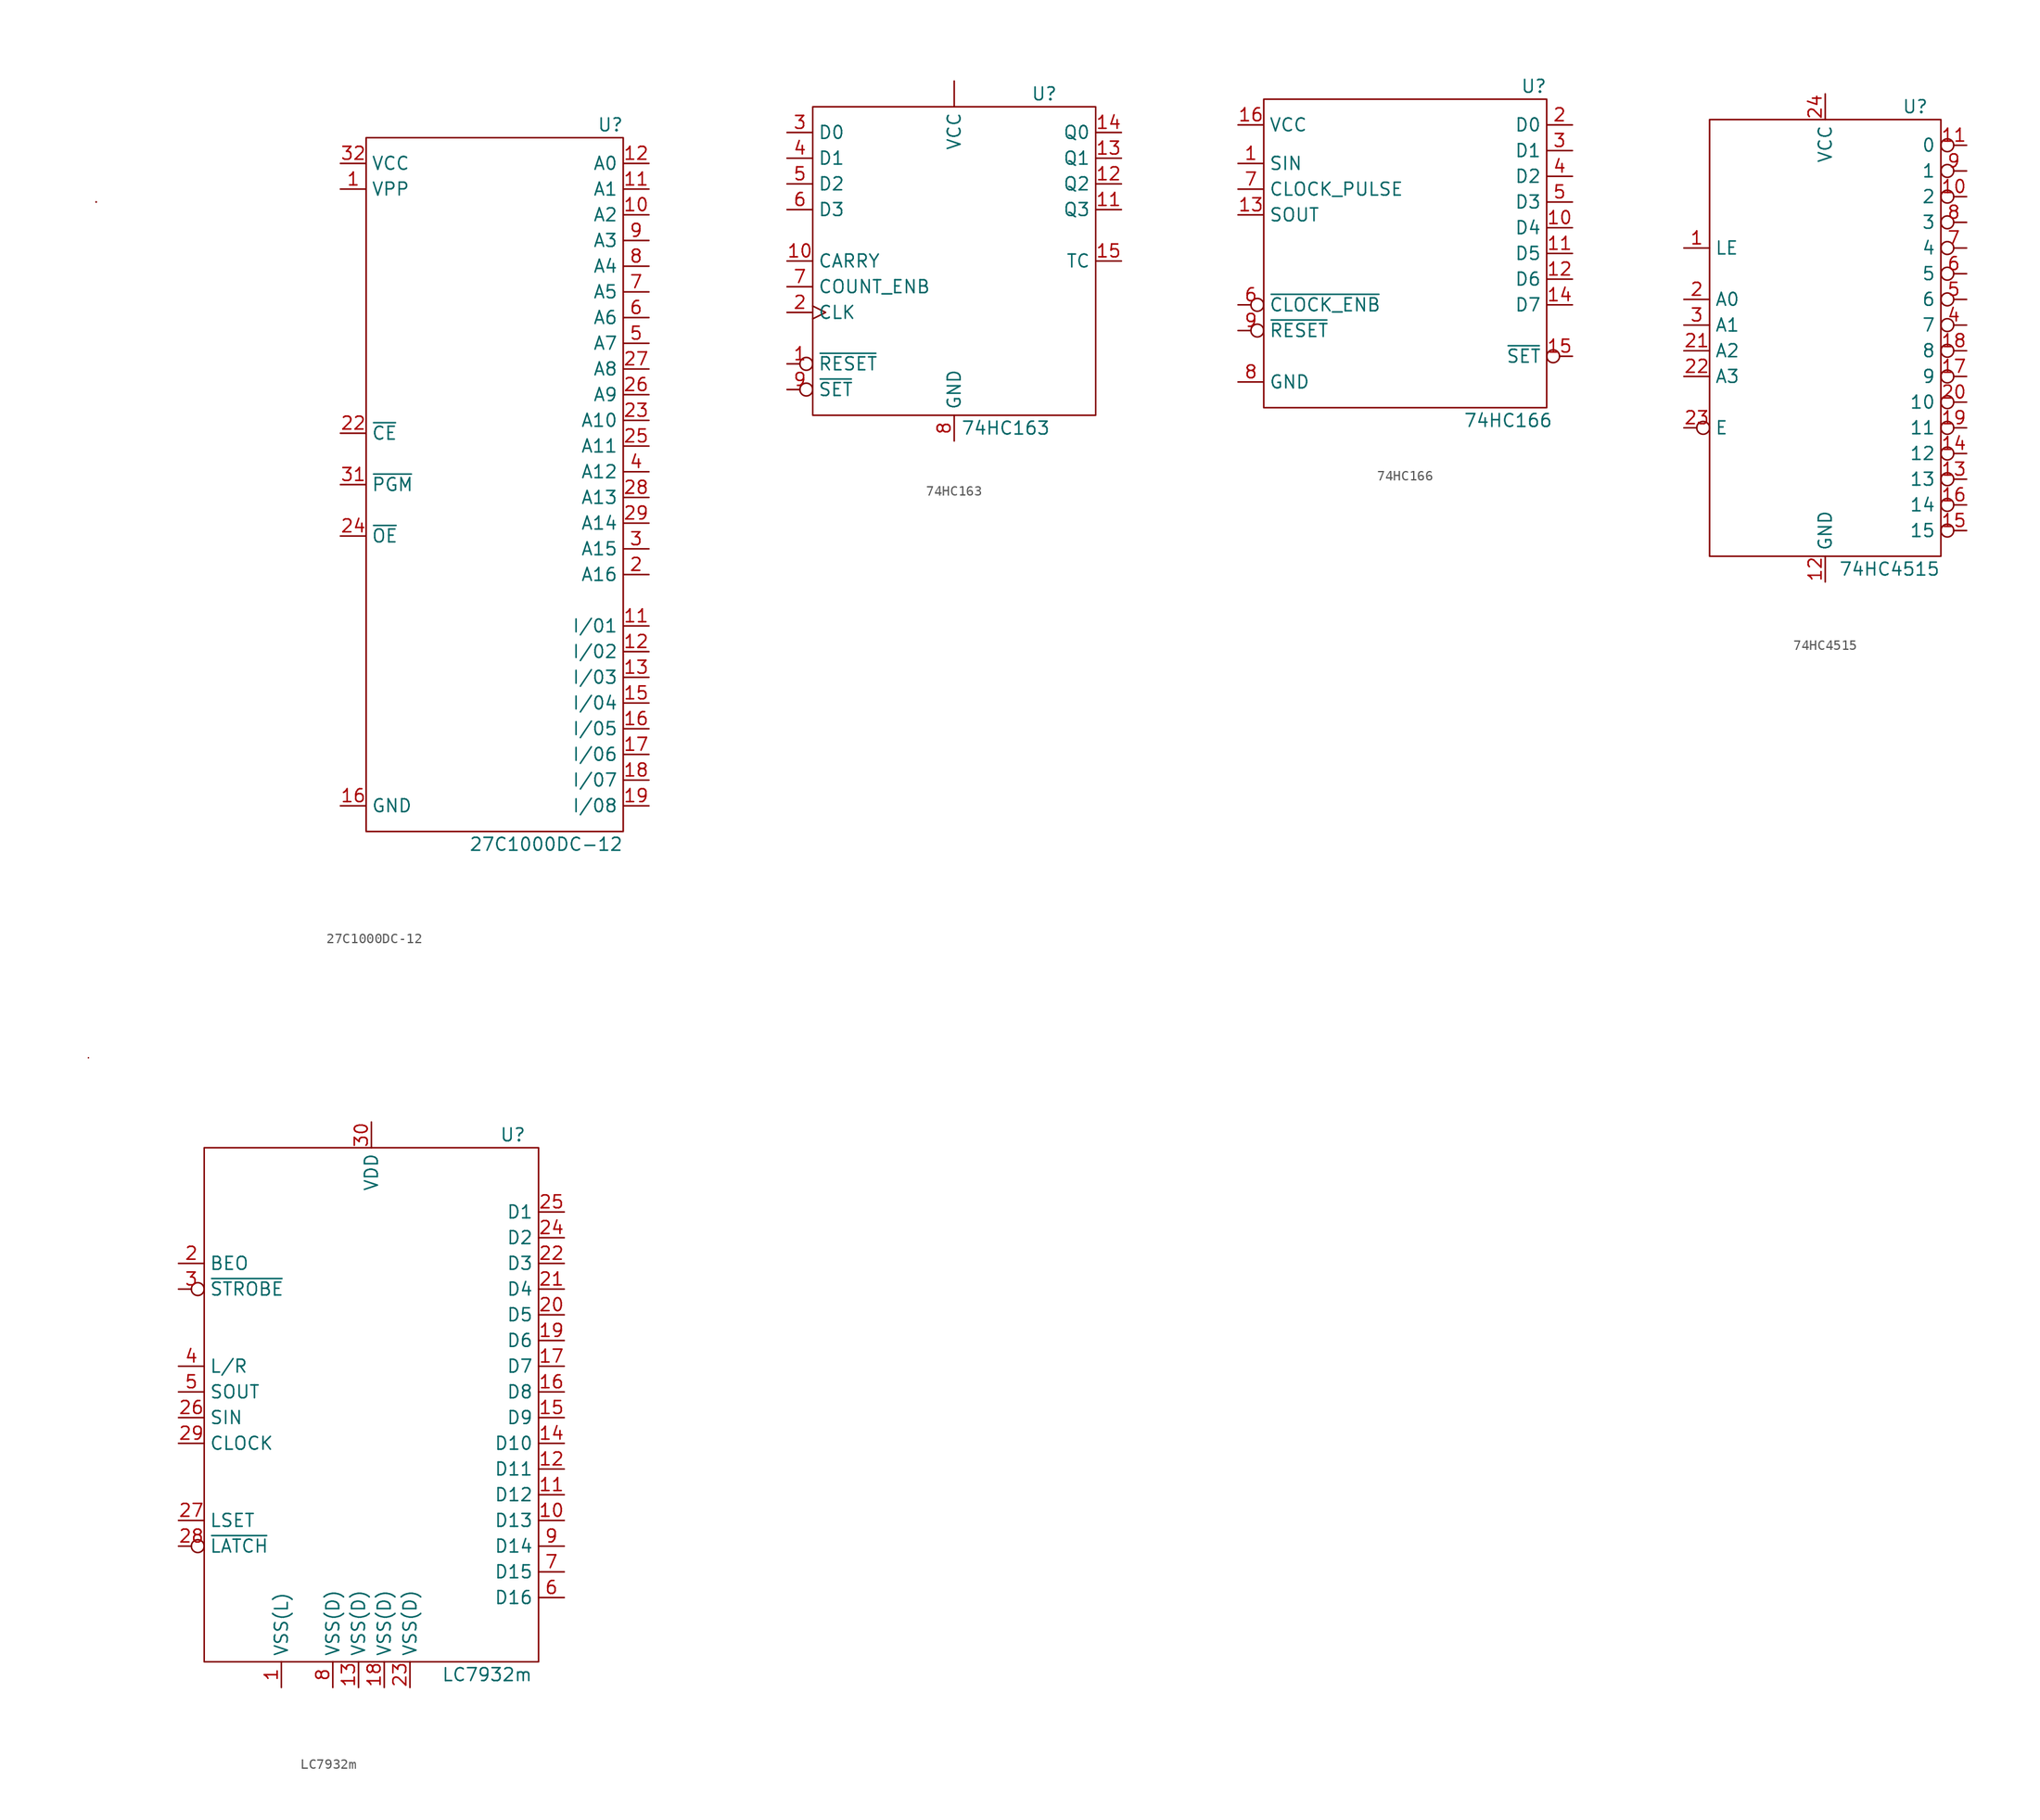
<source format=kicad_sym>
(kicad_symbol_lib
  (version 20211014)
  (generator kicad_symbol_editor)
  (symbol "27C1000DC-12"
    (property "Reference" "U"
      (at 11.43 35.56 0)
      (effects (font (size 1.27 1.27))))
    (property "Value" "27C1000DC-12"
      (at 5.08 -35.56 0)
      (effects (font (size 1.27 1.27))))
    (symbol "27C1000DC-12_0_1"
      (rectangle (start -39.37 27.94) (end -39.37 27.94) (stroke (width 0) (type default) (color 0 0 0 0)) (fill (type none)))
      (rectangle (start -39.37 27.94) (end -39.37 27.94) (stroke (width 0) (type default) (color 0 0 0 0)) (fill (type none)))
      (rectangle (start -39.37 27.94) (end -39.37 27.94) (stroke (width 0) (type default) (color 0 0 0 0)) (fill (type none)))
      (rectangle (start -12.7 34.29) (end 12.7 -34.29) (stroke (width 0) (type default) (color 0 0 0 0)) (fill (type none))))
    (symbol "27C1000DC-12_1_1"
      (pin power_in line (at -15.24 29.21 0) (length 2.54) (name "VPP" (effects (font (size 1.27 1.27)))) (number "1" (effects (font (size 1.27 1.27)))))
      (pin input line (at 15.24 26.67 180) (length 2.54) (name "A2" (effects (font (size 1.27 1.27)))) (number "10" (effects (font (size 1.27 1.27)))))
      (pin input line (at 15.24 29.21 180) (length 2.54) (name "A1" (effects (font (size 1.27 1.27)))) (number "11" (effects (font (size 1.27 1.27)))))
      (pin bidirectional line (at 15.24 -13.97 180) (length 2.54) (name "I/01" (effects (font (size 1.27 1.27)))) (number "11" (effects (font (size 1.27 1.27)))))
      (pin input line (at 15.24 31.75 180) (length 2.54) (name "A0" (effects (font (size 1.27 1.27)))) (number "12" (effects (font (size 1.27 1.27)))))
      (pin bidirectional line (at 15.24 -16.51 180) (length 2.54) (name "I/02" (effects (font (size 1.27 1.27)))) (number "12" (effects (font (size 1.27 1.27)))))
      (pin bidirectional line (at 15.24 -19.05 180) (length 2.54) (name "I/03" (effects (font (size 1.27 1.27)))) (number "13" (effects (font (size 1.27 1.27)))))
      (pin bidirectional line (at 15.24 -21.59 180) (length 2.54) (name "I/04" (effects (font (size 1.27 1.27)))) (number "15" (effects (font (size 1.27 1.27)))))
      (pin power_in line (at -15.24 -31.75 0) (length 2.54) (name "GND" (effects (font (size 1.27 1.27)))) (number "16" (effects (font (size 1.27 1.27)))))
      (pin bidirectional line (at 15.24 -24.13 180) (length 2.54) (name "I/05" (effects (font (size 1.27 1.27)))) (number "16" (effects (font (size 1.27 1.27)))))
      (pin bidirectional line (at 15.24 -26.67 180) (length 2.54) (name "I/06" (effects (font (size 1.27 1.27)))) (number "17" (effects (font (size 1.27 1.27)))))
      (pin bidirectional line (at 15.24 -29.21 180) (length 2.54) (name "I/07" (effects (font (size 1.27 1.27)))) (number "18" (effects (font (size 1.27 1.27)))))
      (pin bidirectional line (at 15.24 -31.75 180) (length 2.54) (name "I/08" (effects (font (size 1.27 1.27)))) (number "19" (effects (font (size 1.27 1.27)))))
      (pin input line (at 15.24 -8.89 180) (length 2.54) (name "A16" (effects (font (size 1.27 1.27)))) (number "2" (effects (font (size 1.27 1.27)))))
      (pin input line (at -15.24 5.08 0) (length 2.54) (name "~{CE}" (effects (font (size 1.27 1.27)))) (number "22" (effects (font (size 1.27 1.27)))))
      (pin input line (at 15.24 6.35 180) (length 2.54) (name "A10" (effects (font (size 1.27 1.27)))) (number "23" (effects (font (size 1.27 1.27)))))
      (pin input line (at -15.24 -5.08 0) (length 2.54) (name "~{OE}" (effects (font (size 1.27 1.27)))) (number "24" (effects (font (size 1.27 1.27)))))
      (pin input line (at 15.24 3.81 180) (length 2.54) (name "A11" (effects (font (size 1.27 1.27)))) (number "25" (effects (font (size 1.27 1.27)))))
      (pin input line (at 15.24 8.89 180) (length 2.54) (name "A9" (effects (font (size 1.27 1.27)))) (number "26" (effects (font (size 1.27 1.27)))))
      (pin input line (at 15.24 11.43 180) (length 2.54) (name "A8" (effects (font (size 1.27 1.27)))) (number "27" (effects (font (size 1.27 1.27)))))
      (pin input line (at 15.24 -1.27 180) (length 2.54) (name "A13" (effects (font (size 1.27 1.27)))) (number "28" (effects (font (size 1.27 1.27)))))
      (pin input line (at 15.24 -3.81 180) (length 2.54) (name "A14" (effects (font (size 1.27 1.27)))) (number "29" (effects (font (size 1.27 1.27)))))
      (pin input line (at 15.24 -6.35 180) (length 2.54) (name "A15" (effects (font (size 1.27 1.27)))) (number "3" (effects (font (size 1.27 1.27)))))
      (pin input line (at -15.24 0 0) (length 2.54) (name "~{PGM}" (effects (font (size 1.27 1.27)))) (number "31" (effects (font (size 1.27 1.27)))))
      (pin power_in line (at -15.24 31.75 0) (length 2.54) (name "VCC" (effects (font (size 1.27 1.27)))) (number "32" (effects (font (size 1.27 1.27)))))
      (pin input line (at 15.24 1.27 180) (length 2.54) (name "A12" (effects (font (size 1.27 1.27)))) (number "4" (effects (font (size 1.27 1.27)))))
      (pin input line (at 15.24 13.97 180) (length 2.54) (name "A7" (effects (font (size 1.27 1.27)))) (number "5" (effects (font (size 1.27 1.27)))))
      (pin input line (at 15.24 16.51 180) (length 2.54) (name "A6" (effects (font (size 1.27 1.27)))) (number "6" (effects (font (size 1.27 1.27)))))
      (pin input line (at 15.24 19.05 180) (length 2.54) (name "A5" (effects (font (size 1.27 1.27)))) (number "7" (effects (font (size 1.27 1.27)))))
      (pin input line (at 15.24 21.59 180) (length 2.54) (name "A4" (effects (font (size 1.27 1.27)))) (number "8" (effects (font (size 1.27 1.27)))))
      (pin input line (at 15.24 24.13 180) (length 2.54) (name "A3" (effects (font (size 1.27 1.27)))) (number "9" (effects (font (size 1.27 1.27)))))))
  (symbol "74HC163"
    (property "Reference" "U"
      (at 8.89 16.51 0)
      (effects (font (size 1.27 1.27))))
    (property "Value" "74HC163"
      (at 5.08 -16.51 0)
      (effects (font (size 1.27 1.27))))
    (symbol "74HC163_0_1"
      (rectangle (start -13.97 15.24) (end 13.97 -15.24) (stroke (width 0) (type default) (color 0 0 0 0)) (fill (type none))))
    (symbol "74HC163_1_1"
      (pin power_in line (at 0 17.78 270) (length 2.54) (name "VCC" (effects (font (size 1.27 1.27)))) (number "" (effects (font (size 1.27 1.27)))))
      (pin input inverted (at -16.51 -10.16 0) (length 2.54) (name "~{RESET}" (effects (font (size 1.27 1.27)))) (number "1" (effects (font (size 1.27 1.27)))))
      (pin input line (at -16.51 0 0) (length 2.54) (name "CARRY" (effects (font (size 1.27 1.27)))) (number "10" (effects (font (size 1.27 1.27)))))
      (pin output line (at 16.51 5.08 180) (length 2.54) (name "Q3" (effects (font (size 1.27 1.27)))) (number "11" (effects (font (size 1.27 1.27)))))
      (pin output line (at 16.51 7.62 180) (length 2.54) (name "Q2" (effects (font (size 1.27 1.27)))) (number "12" (effects (font (size 1.27 1.27)))))
      (pin output line (at 16.51 10.16 180) (length 2.54) (name "Q1" (effects (font (size 1.27 1.27)))) (number "13" (effects (font (size 1.27 1.27)))))
      (pin output line (at 16.51 12.7 180) (length 2.54) (name "Q0" (effects (font (size 1.27 1.27)))) (number "14" (effects (font (size 1.27 1.27)))))
      (pin output line (at 16.51 0 180) (length 2.54) (name "TC" (effects (font (size 1.27 1.27)))) (number "15" (effects (font (size 1.27 1.27)))))
      (pin input clock (at -16.51 -5.08 0) (length 2.54) (name "CLK" (effects (font (size 1.27 1.27)))) (number "2" (effects (font (size 1.27 1.27)))))
      (pin input line (at -16.51 12.7 0) (length 2.54) (name "D0" (effects (font (size 1.27 1.27)))) (number "3" (effects (font (size 1.27 1.27)))))
      (pin input line (at -16.51 10.16 0) (length 2.54) (name "D1" (effects (font (size 1.27 1.27)))) (number "4" (effects (font (size 1.27 1.27)))))
      (pin input line (at -16.51 7.62 0) (length 2.54) (name "D2" (effects (font (size 1.27 1.27)))) (number "5" (effects (font (size 1.27 1.27)))))
      (pin input line (at -16.51 5.08 0) (length 2.54) (name "D3" (effects (font (size 1.27 1.27)))) (number "6" (effects (font (size 1.27 1.27)))))
      (pin input line (at -16.51 -2.54 0) (length 2.54) (name "COUNT_ENB" (effects (font (size 1.27 1.27)))) (number "7" (effects (font (size 1.27 1.27)))))
      (pin power_in line (at 0 -17.78 90) (length 2.54) (name "GND" (effects (font (size 1.27 1.27)))) (number "8" (effects (font (size 1.27 1.27)))))
      (pin input inverted (at -16.51 -12.7 0) (length 2.54) (name "~{SET}" (effects (font (size 1.27 1.27)))) (number "9" (effects (font (size 1.27 1.27)))))))
  (symbol "74HC166"
    (property "Reference" "U"
      (at 12.7 16.51 0)
      (effects (font (size 1.27 1.27))))
    (property "Value" "74HC166"
      (at 10.16 -16.51 0)
      (effects (font (size 1.27 1.27))))
    (symbol "74HC166_0_1"
      (rectangle (start -13.97 15.24) (end 13.97 -15.24) (stroke (width 0) (type default) (color 0 0 0 0)) (fill (type none))))
    (symbol "74HC166_1_1"
      (pin input line (at -16.51 8.89 0) (length 2.54) (name "SIN" (effects (font (size 1.27 1.27)))) (number "1" (effects (font (size 1.27 1.27)))))
      (pin input line (at 16.51 2.54 180) (length 2.54) (name "D4" (effects (font (size 1.27 1.27)))) (number "10" (effects (font (size 1.27 1.27)))))
      (pin input line (at 16.51 0 180) (length 2.54) (name "D5" (effects (font (size 1.27 1.27)))) (number "11" (effects (font (size 1.27 1.27)))))
      (pin input line (at 16.51 -2.54 180) (length 2.54) (name "D6" (effects (font (size 1.27 1.27)))) (number "12" (effects (font (size 1.27 1.27)))))
      (pin output line (at -16.51 3.81 0) (length 2.54) (name "SOUT" (effects (font (size 1.27 1.27)))) (number "13" (effects (font (size 1.27 1.27)))))
      (pin input line (at 16.51 -5.08 180) (length 2.54) (name "D7" (effects (font (size 1.27 1.27)))) (number "14" (effects (font (size 1.27 1.27)))))
      (pin input inverted (at 16.51 -10.16 180) (length 2.54) (name "~{SET}" (effects (font (size 1.27 1.27)))) (number "15" (effects (font (size 1.27 1.27)))))
      (pin power_in line (at -16.51 12.7 0) (length 2.54) (name "VCC" (effects (font (size 1.27 1.27)))) (number "16" (effects (font (size 1.27 1.27)))))
      (pin input line (at 16.51 12.7 180) (length 2.54) (name "D0" (effects (font (size 1.27 1.27)))) (number "2" (effects (font (size 1.27 1.27)))))
      (pin input line (at 16.51 10.16 180) (length 2.54) (name "D1" (effects (font (size 1.27 1.27)))) (number "3" (effects (font (size 1.27 1.27)))))
      (pin input line (at 16.51 7.62 180) (length 2.54) (name "D2" (effects (font (size 1.27 1.27)))) (number "4" (effects (font (size 1.27 1.27)))))
      (pin input line (at 16.51 5.08 180) (length 2.54) (name "D3" (effects (font (size 1.27 1.27)))) (number "5" (effects (font (size 1.27 1.27)))))
      (pin input inverted (at -16.51 -5.08 0) (length 2.54) (name "~{CLOCK_ENB}" (effects (font (size 1.27 1.27)))) (number "6" (effects (font (size 1.27 1.27)))))
      (pin input line (at -16.51 6.35 0) (length 2.54) (name "CLOCK_PULSE" (effects (font (size 1.27 1.27)))) (number "7" (effects (font (size 1.27 1.27)))))
      (pin power_in line (at -16.51 -12.7 0) (length 2.54) (name "GND" (effects (font (size 1.27 1.27)))) (number "8" (effects (font (size 1.27 1.27)))))
      (pin input inverted (at -16.51 -7.62 0) (length 2.54) (name "~{RESET}" (effects (font (size 1.27 1.27)))) (number "9" (effects (font (size 1.27 1.27)))))))
  (symbol "74HC4515"
    (property "Reference" "U"
      (at 8.89 22.86 0)
      (effects (font (size 1.27 1.27))))
    (property "Value" "74HC4515"
      (at 6.35 -22.86 0)
      (effects (font (size 1.27 1.27))))
    (symbol "74HC4515_0_1"
      (rectangle (start -11.43 21.59) (end 11.43 -21.59) (stroke (width 0) (type default) (color 0 0 0 0)) (fill (type none))))
    (symbol "74HC4515_1_1"
      (pin input line (at -13.97 8.89 0) (length 2.54) (name "LE" (effects (font (size 1.27 1.27)))) (number "1" (effects (font (size 1.27 1.27)))))
      (pin output inverted (at 13.97 13.97 180) (length 2.54) (name "2" (effects (font (size 1.27 1.27)))) (number "10" (effects (font (size 1.27 1.27)))))
      (pin output inverted (at 13.97 19.05 180) (length 2.54) (name "0" (effects (font (size 1.27 1.27)))) (number "11" (effects (font (size 1.27 1.27)))))
      (pin power_in line (at 0 -24.13 90) (length 2.54) (name "GND" (effects (font (size 1.27 1.27)))) (number "12" (effects (font (size 1.27 1.27)))))
      (pin output inverted (at 13.97 -13.97 180) (length 2.54) (name "13" (effects (font (size 1.27 1.27)))) (number "13" (effects (font (size 1.27 1.27)))))
      (pin output inverted (at 13.97 -11.43 180) (length 2.54) (name "12" (effects (font (size 1.27 1.27)))) (number "14" (effects (font (size 1.27 1.27)))))
      (pin output inverted (at 13.97 -19.05 180) (length 2.54) (name "15" (effects (font (size 1.27 1.27)))) (number "15" (effects (font (size 1.27 1.27)))))
      (pin output inverted (at 13.97 -16.51 180) (length 2.54) (name "14" (effects (font (size 1.27 1.27)))) (number "16" (effects (font (size 1.27 1.27)))))
      (pin output inverted (at 13.97 -3.81 180) (length 2.54) (name "9" (effects (font (size 1.27 1.27)))) (number "17" (effects (font (size 1.27 1.27)))))
      (pin output inverted (at 13.97 -1.27 180) (length 2.54) (name "8" (effects (font (size 1.27 1.27)))) (number "18" (effects (font (size 1.27 1.27)))))
      (pin output inverted (at 13.97 -8.89 180) (length 2.54) (name "11" (effects (font (size 1.27 1.27)))) (number "19" (effects (font (size 1.27 1.27)))))
      (pin input line (at -13.97 3.81 0) (length 2.54) (name "A0" (effects (font (size 1.27 1.27)))) (number "2" (effects (font (size 1.27 1.27)))))
      (pin output inverted (at 13.97 -6.35 180) (length 2.54) (name "10" (effects (font (size 1.27 1.27)))) (number "20" (effects (font (size 1.27 1.27)))))
      (pin input line (at -13.97 -1.27 0) (length 2.54) (name "A2" (effects (font (size 1.27 1.27)))) (number "21" (effects (font (size 1.27 1.27)))))
      (pin input line (at -13.97 -3.81 0) (length 2.54) (name "A3" (effects (font (size 1.27 1.27)))) (number "22" (effects (font (size 1.27 1.27)))))
      (pin input inverted (at -13.97 -8.89 0) (length 2.54) (name "E" (effects (font (size 1.27 1.27)))) (number "23" (effects (font (size 1.27 1.27)))))
      (pin power_in line (at 0 24.13 270) (length 2.54) (name "VCC" (effects (font (size 1.27 1.27)))) (number "24" (effects (font (size 1.27 1.27)))))
      (pin input line (at -13.97 1.27 0) (length 2.54) (name "A1" (effects (font (size 1.27 1.27)))) (number "3" (effects (font (size 1.27 1.27)))))
      (pin output inverted (at 13.97 1.27 180) (length 2.54) (name "7" (effects (font (size 1.27 1.27)))) (number "4" (effects (font (size 1.27 1.27)))))
      (pin output inverted (at 13.97 3.81 180) (length 2.54) (name "6" (effects (font (size 1.27 1.27)))) (number "5" (effects (font (size 1.27 1.27)))))
      (pin output inverted (at 13.97 6.35 180) (length 2.54) (name "5" (effects (font (size 1.27 1.27)))) (number "6" (effects (font (size 1.27 1.27)))))
      (pin output inverted (at 13.97 8.89 180) (length 2.54) (name "4" (effects (font (size 1.27 1.27)))) (number "7" (effects (font (size 1.27 1.27)))))
      (pin output inverted (at 13.97 11.43 180) (length 2.54) (name "3" (effects (font (size 1.27 1.27)))) (number "8" (effects (font (size 1.27 1.27)))))
      (pin output inverted (at 13.97 16.51 180) (length 2.54) (name "1" (effects (font (size 1.27 1.27)))) (number "9" (effects (font (size 1.27 1.27)))))))
  (symbol "LC7932m"
    (property "Reference" "U"
      (at 13.97 26.67 0)
      (effects (font (size 1.27 1.27))))
    (property "Value" "LC7932m"
      (at 11.43 -26.67 0)
      (effects (font (size 1.27 1.27))))
    (symbol "LC7932m_0_1"
      (rectangle (start -27.94 34.29) (end -27.94 34.29) (stroke (width 0) (type default) (color 0 0 0 0)) (fill (type none)))
      (rectangle (start -16.51 25.4) (end 16.51 -25.4) (stroke (width 0) (type default) (color 0 0 0 0)) (fill (type none))))
    (symbol "LC7932m_1_1"
      (pin power_in line (at -8.89 -27.94 90) (length 2.54) (name "VSS(L)" (effects (font (size 1.27 1.27)))) (number "1" (effects (font (size 1.27 1.27)))))
      (pin open_collector line (at 19.05 -11.43 180) (length 2.54) (name "D13" (effects (font (size 1.27 1.27)))) (number "10" (effects (font (size 1.27 1.27)))))
      (pin open_collector line (at 19.05 -8.89 180) (length 2.54) (name "D12" (effects (font (size 1.27 1.27)))) (number "11" (effects (font (size 1.27 1.27)))))
      (pin open_collector line (at 19.05 -6.35 180) (length 2.54) (name "D11" (effects (font (size 1.27 1.27)))) (number "12" (effects (font (size 1.27 1.27)))))
      (pin power_in line (at -1.27 -27.94 90) (length 2.54) (name "VSS(D)" (effects (font (size 1.27 1.27)))) (number "13" (effects (font (size 1.27 1.27)))))
      (pin open_collector line (at 19.05 -3.81 180) (length 2.54) (name "D10" (effects (font (size 1.27 1.27)))) (number "14" (effects (font (size 1.27 1.27)))))
      (pin open_collector line (at 19.05 -1.27 180) (length 2.54) (name "D9" (effects (font (size 1.27 1.27)))) (number "15" (effects (font (size 1.27 1.27)))))
      (pin open_collector line (at 19.05 1.27 180) (length 2.54) (name "D8" (effects (font (size 1.27 1.27)))) (number "16" (effects (font (size 1.27 1.27)))))
      (pin open_collector line (at 19.05 3.81 180) (length 2.54) (name "D7" (effects (font (size 1.27 1.27)))) (number "17" (effects (font (size 1.27 1.27)))))
      (pin power_in line (at 1.27 -27.94 90) (length 2.54) (name "VSS(D)" (effects (font (size 1.27 1.27)))) (number "18" (effects (font (size 1.27 1.27)))))
      (pin open_collector line (at 19.05 6.35 180) (length 2.54) (name "D6" (effects (font (size 1.27 1.27)))) (number "19" (effects (font (size 1.27 1.27)))))
      (pin input line (at -19.05 13.97 0) (length 2.54) (name "BEO" (effects (font (size 1.27 1.27)))) (number "2" (effects (font (size 1.27 1.27)))))
      (pin open_collector line (at 19.05 8.89 180) (length 2.54) (name "D5" (effects (font (size 1.27 1.27)))) (number "20" (effects (font (size 1.27 1.27)))))
      (pin open_collector line (at 19.05 11.43 180) (length 2.54) (name "D4" (effects (font (size 1.27 1.27)))) (number "21" (effects (font (size 1.27 1.27)))))
      (pin open_collector line (at 19.05 13.97 180) (length 2.54) (name "D3" (effects (font (size 1.27 1.27)))) (number "22" (effects (font (size 1.27 1.27)))))
      (pin power_in line (at 3.81 -27.94 90) (length 2.54) (name "VSS(D)" (effects (font (size 1.27 1.27)))) (number "23" (effects (font (size 1.27 1.27)))))
      (pin open_collector line (at 19.05 16.51 180) (length 2.54) (name "D2" (effects (font (size 1.27 1.27)))) (number "24" (effects (font (size 1.27 1.27)))))
      (pin open_collector line (at 19.05 19.05 180) (length 2.54) (name "D1" (effects (font (size 1.27 1.27)))) (number "25" (effects (font (size 1.27 1.27)))))
      (pin bidirectional line (at -19.05 -1.27 0) (length 2.54) (name "SIN" (effects (font (size 1.27 1.27)))) (number "26" (effects (font (size 1.27 1.27)))))
      (pin input line (at -19.05 -11.43 0) (length 2.54) (name "LSET" (effects (font (size 1.27 1.27)))) (number "27" (effects (font (size 1.27 1.27)))))
      (pin input inverted (at -19.05 -13.97 0) (length 2.54) (name "~{LATCH}" (effects (font (size 1.27 1.27)))) (number "28" (effects (font (size 1.27 1.27)))))
      (pin input line (at -19.05 -3.81 0) (length 2.54) (name "CLOCK" (effects (font (size 1.27 1.27)))) (number "29" (effects (font (size 1.27 1.27)))))
      (pin input inverted (at -19.05 11.43 0) (length 2.54) (name "~{STROBE}" (effects (font (size 1.27 1.27)))) (number "3" (effects (font (size 1.27 1.27)))))
      (pin power_in line (at 0 27.94 270) (length 2.54) (name "VDD" (effects (font (size 1.27 1.27)))) (number "30" (effects (font (size 1.27 1.27)))))
      (pin input line (at -19.05 3.81 0) (length 2.54) (name "L/R" (effects (font (size 1.27 1.27)))) (number "4" (effects (font (size 1.27 1.27)))))
      (pin bidirectional line (at -19.05 1.27 0) (length 2.54) (name "SOUT" (effects (font (size 1.27 1.27)))) (number "5" (effects (font (size 1.27 1.27)))))
      (pin open_collector line (at 19.05 -19.05 180) (length 2.54) (name "D16" (effects (font (size 1.27 1.27)))) (number "6" (effects (font (size 1.27 1.27)))))
      (pin open_collector line (at 19.05 -16.51 180) (length 2.54) (name "D15" (effects (font (size 1.27 1.27)))) (number "7" (effects (font (size 1.27 1.27)))))
      (pin power_in line (at -3.81 -27.94 90) (length 2.54) (name "VSS(D)" (effects (font (size 1.27 1.27)))) (number "8" (effects (font (size 1.27 1.27)))))
      (pin open_collector line (at 19.05 -13.97 180) (length 2.54) (name "D14" (effects (font (size 1.27 1.27)))) (number "9" (effects (font (size 1.27 1.27))))))))
</source>
